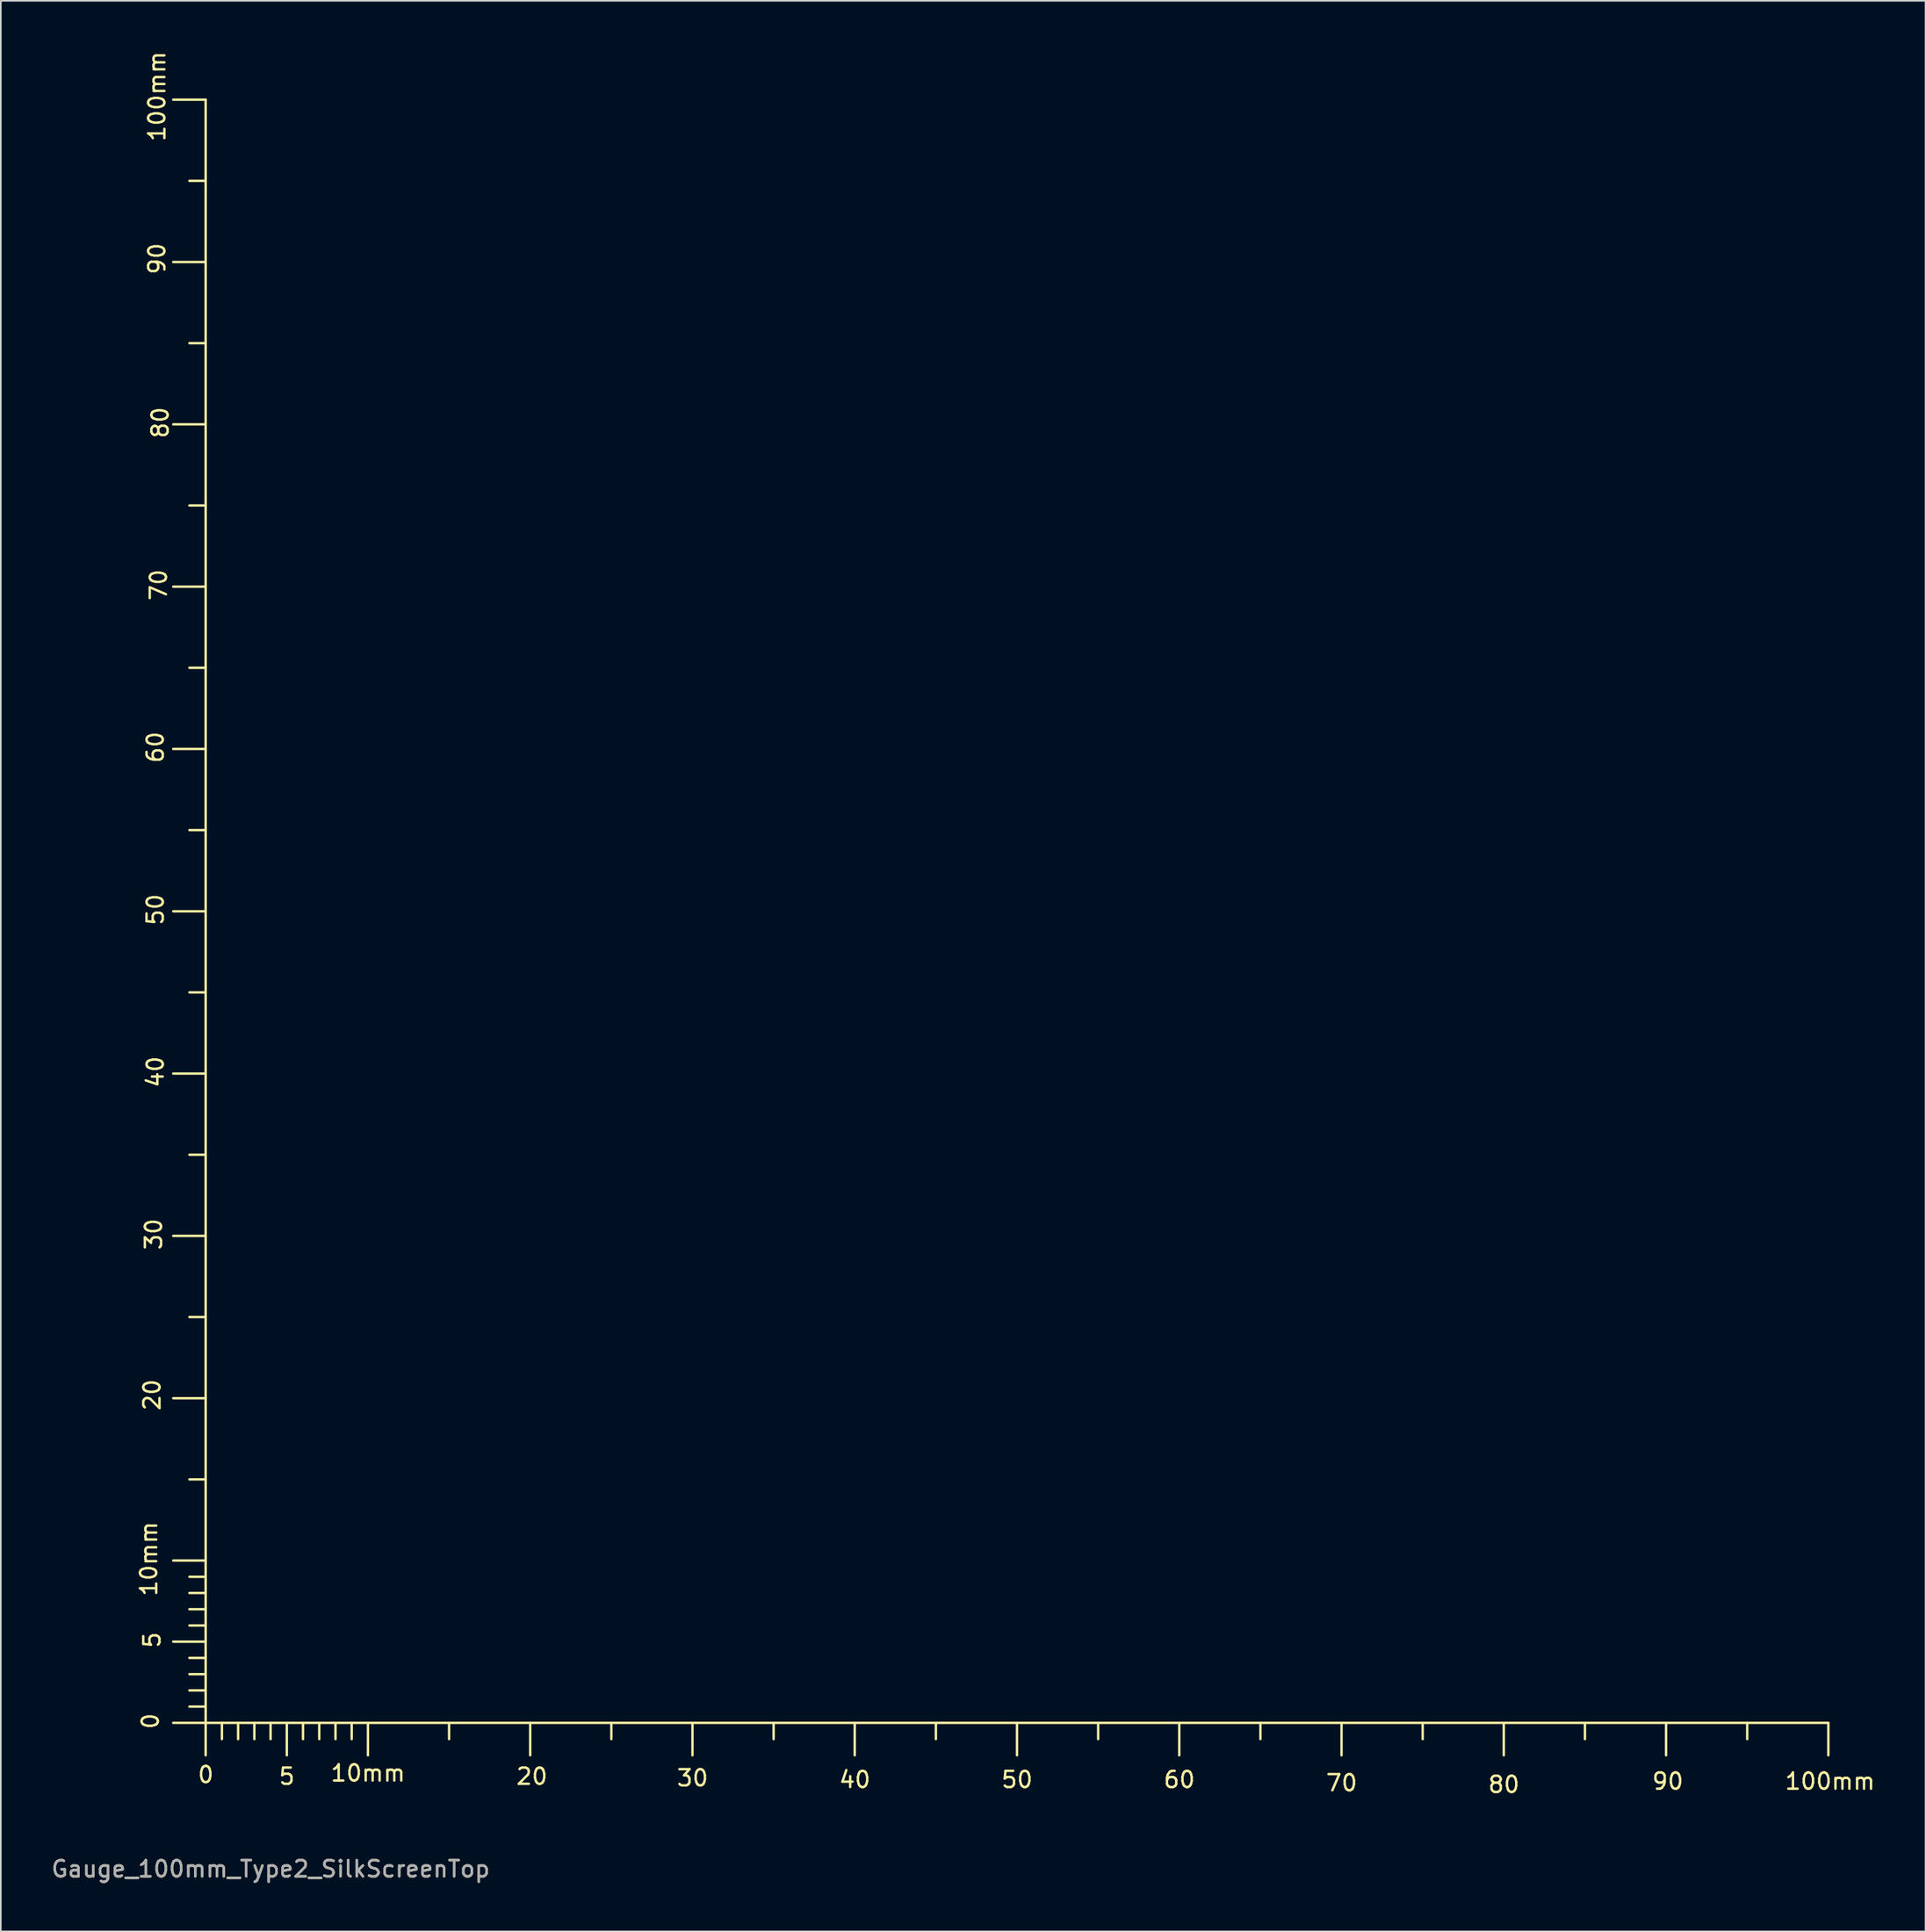
<source format=kicad_pcb>
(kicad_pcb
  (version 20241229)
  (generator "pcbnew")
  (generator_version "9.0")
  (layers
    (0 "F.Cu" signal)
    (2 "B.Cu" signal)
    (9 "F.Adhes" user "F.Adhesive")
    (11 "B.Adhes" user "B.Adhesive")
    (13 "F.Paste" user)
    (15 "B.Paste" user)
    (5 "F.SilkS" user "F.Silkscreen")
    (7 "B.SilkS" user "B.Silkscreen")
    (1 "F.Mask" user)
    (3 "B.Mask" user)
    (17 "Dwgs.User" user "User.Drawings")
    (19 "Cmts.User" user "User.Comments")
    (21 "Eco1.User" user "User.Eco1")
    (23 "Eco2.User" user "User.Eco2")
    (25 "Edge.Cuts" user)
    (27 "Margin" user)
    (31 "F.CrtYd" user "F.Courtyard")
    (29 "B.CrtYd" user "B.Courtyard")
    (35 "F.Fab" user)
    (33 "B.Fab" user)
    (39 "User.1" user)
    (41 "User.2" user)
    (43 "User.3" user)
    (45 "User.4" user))
  (footprint "Gauge_100mm_Type2_SilkScreenTop"
    (layer "F.Cu")
    (at 9.625 103.092)
    (property "Reference" "Gauge_100mm_Type2_SilkScreenTop" (at 4 8.999 0) (layer "F.SilkS") (effects (font (size 1 1) (thickness 0.15))))
    (attr exclude_from_pos_files exclude_from_bom)
    (fp_line (start 0 -100) (end -1.999 -100) (stroke (width 0.15) (type solid)) (layer "F.SilkS"))
    (fp_line (start 0 -95.001) (end -1.001 -95.001) (stroke (width 0.15) (type solid)) (layer "F.SilkS"))
    (fp_line (start 0 -90) (end -1.999 -90) (stroke (width 0.15) (type solid)) (layer "F.SilkS"))
    (fp_line (start 0 -85.001) (end -1.001 -85.001) (stroke (width 0.15) (type solid)) (layer "F.SilkS"))
    (fp_line (start 0 -80) (end -1.999 -80) (stroke (width 0.15) (type solid)) (layer "F.SilkS"))
    (fp_line (start 0 -75.001) (end -1.001 -75.001) (stroke (width 0.15) (type solid)) (layer "F.SilkS"))
    (fp_line (start 0 -70) (end -1.999 -70) (stroke (width 0.15) (type solid)) (layer "F.SilkS"))
    (fp_line (start 0 -65.001) (end -1.001 -65.001) (stroke (width 0.15) (type solid)) (layer "F.SilkS"))
    (fp_line (start 0 -60) (end -1.999 -60) (stroke (width 0.15) (type solid)) (layer "F.SilkS"))
    (fp_line (start 0 -55.001) (end -1.001 -55.001) (stroke (width 0.15) (type solid)) (layer "F.SilkS"))
    (fp_line (start 0 -50) (end -1.999 -50) (stroke (width 0.15) (type solid)) (layer "F.SilkS"))
    (fp_line (start 0 -45.001) (end -1.001 -45.001) (stroke (width 0.15) (type solid)) (layer "F.SilkS"))
    (fp_line (start 0 -40) (end -1.999 -40) (stroke (width 0.15) (type solid)) (layer "F.SilkS"))
    (fp_line (start 0 -35.001) (end -1.001 -35.001) (stroke (width 0.15) (type solid)) (layer "F.SilkS"))
    (fp_line (start 0 -30) (end -1.999 -30) (stroke (width 0.15) (type solid)) (layer "F.SilkS"))
    (fp_line (start 0 -25.001) (end -1.001 -25.001) (stroke (width 0.15) (type solid)) (layer "F.SilkS"))
    (fp_line (start 0 -20) (end -1.999 -20) (stroke (width 0.15) (type solid)) (layer "F.SilkS"))
    (fp_line (start 0 -15.001) (end -1.001 -15.001) (stroke (width 0.15) (type solid)) (layer "F.SilkS"))
    (fp_line (start 0 -10) (end -1.999 -10) (stroke (width 0.15) (type solid)) (layer "F.SilkS"))
    (fp_line (start 0 -8.999) (end -1.001 -8.999) (stroke (width 0.15) (type solid)) (layer "F.SilkS"))
    (fp_line (start 0 -8.001) (end -1.001 -8.001) (stroke (width 0.15) (type solid)) (layer "F.SilkS"))
    (fp_line (start 0 -7) (end -1.001 -7) (stroke (width 0.15) (type solid)) (layer "F.SilkS"))
    (fp_line (start 0 -5.999) (end -1.001 -5.999) (stroke (width 0.15) (type solid)) (layer "F.SilkS"))
    (fp_line (start 0 -5.001) (end -1.999 -5.001) (stroke (width 0.15) (type solid)) (layer "F.SilkS"))
    (fp_line (start 0 -4) (end -1.001 -4) (stroke (width 0.15) (type solid)) (layer "F.SilkS"))
    (fp_line (start 0 -3) (end -1.001 -3) (stroke (width 0.15) (type solid)) (layer "F.SilkS"))
    (fp_line (start 0 -1.999) (end -1.001 -1.999) (stroke (width 0.15) (type solid)) (layer "F.SilkS"))
    (fp_line (start 0 -1.001) (end -1.001 -1.001) (stroke (width 0.15) (type solid)) (layer "F.SilkS"))
    (fp_line (start 0 0) (end -1.999 0) (stroke (width 0.15) (type solid)) (layer "F.SilkS"))
    (fp_line (start 0 0) (end 0 -100) (stroke (width 0.15) (type solid)) (layer "F.SilkS"))
    (fp_line (start 0 0) (end 0 1.999) (stroke (width 0.15) (type solid)) (layer "F.SilkS"))
    (fp_line (start 0 0) (end 10 0) (stroke (width 0.15) (type solid)) (layer "F.SilkS"))
    (fp_line (start 1.001 0) (end 1.001 1.001) (stroke (width 0.15) (type solid)) (layer "F.SilkS"))
    (fp_line (start 1.999 0) (end 1.999 1.001) (stroke (width 0.15) (type solid)) (layer "F.SilkS"))
    (fp_line (start 3 0) (end 3 1.001) (stroke (width 0.15) (type solid)) (layer "F.SilkS"))
    (fp_line (start 4 0) (end 4 1.001) (stroke (width 0.15) (type solid)) (layer "F.SilkS"))
    (fp_line (start 5.001 0) (end 5.001 1.999) (stroke (width 0.15) (type solid)) (layer "F.SilkS"))
    (fp_line (start 5.999 0) (end 5.999 1.001) (stroke (width 0.15) (type solid)) (layer "F.SilkS"))
    (fp_line (start 7 0) (end 7 1.001) (stroke (width 0.15) (type solid)) (layer "F.SilkS"))
    (fp_line (start 8.001 0) (end 8.001 1.001) (stroke (width 0.15) (type solid)) (layer "F.SilkS"))
    (fp_line (start 8.999 0) (end 8.999 1.001) (stroke (width 0.15) (type solid)) (layer "F.SilkS"))
    (fp_line (start 10 0) (end 10 1.999) (stroke (width 0.15) (type solid)) (layer "F.SilkS"))
    (fp_line (start 10 0) (end 100 0) (stroke (width 0.15) (type solid)) (layer "F.SilkS"))
    (fp_line (start 15.001 0) (end 15.001 1.001) (stroke (width 0.15) (type solid)) (layer "F.SilkS"))
    (fp_line (start 20 0) (end 20 1.999) (stroke (width 0.15) (type solid)) (layer "F.SilkS"))
    (fp_line (start 25.001 0) (end 25.001 1.001) (stroke (width 0.15) (type solid)) (layer "F.SilkS"))
    (fp_line (start 30 0) (end 30 1.999) (stroke (width 0.15) (type solid)) (layer "F.SilkS"))
    (fp_line (start 35.001 0) (end 35.001 1.001) (stroke (width 0.15) (type solid)) (layer "F.SilkS"))
    (fp_line (start 40 0) (end 40 1.999) (stroke (width 0.15) (type solid)) (layer "F.SilkS"))
    (fp_line (start 45.001 0) (end 45.001 1.001) (stroke (width 0.15) (type solid)) (layer "F.SilkS"))
    (fp_line (start 50 0) (end 50 1.999) (stroke (width 0.15) (type solid)) (layer "F.SilkS"))
    (fp_line (start 55.001 0) (end 55.001 1.001) (stroke (width 0.15) (type solid)) (layer "F.SilkS"))
    (fp_line (start 60 0) (end 60 1.999) (stroke (width 0.15) (type solid)) (layer "F.SilkS"))
    (fp_line (start 65.001 0) (end 65.001 1.001) (stroke (width 0.15) (type solid)) (layer "F.SilkS"))
    (fp_line (start 70 0) (end 70 1.999) (stroke (width 0.15) (type solid)) (layer "F.SilkS"))
    (fp_line (start 75.001 0) (end 75.001 1.001) (stroke (width 0.15) (type solid)) (layer "F.SilkS"))
    (fp_line (start 80 0) (end 80 1.999) (stroke (width 0.15) (type solid)) (layer "F.SilkS"))
    (fp_line (start 85.001 0) (end 85.001 1.001) (stroke (width 0.15) (type solid)) (layer "F.SilkS"))
    (fp_line (start 90 0) (end 90 1.999) (stroke (width 0.15) (type solid)) (layer "F.SilkS"))
    (fp_line (start 95.001 0) (end 95.001 1.001) (stroke (width 0.15) (type solid)) (layer "F.SilkS"))
    (fp_line (start 100 0) (end 100 1.999) (stroke (width 0.15) (type solid)) (layer "F.SilkS"))
    (fp_text user "70" (at -2.901 -70.104 90) (layer "F.SilkS") (effects (font (size 1 1) (thickness 0.15))))
    (fp_text user "50" (at 50.005 3.5 0) (layer "F.SilkS") (effects (font (size 1 1) (thickness 0.15))))
    (fp_text user "5" (at 5.004 3.299 0) (layer "F.SilkS") (effects (font (size 1 1) (thickness 0.15))))
    (fp_text user "50" (at -3.101 -50.104 90) (layer "F.SilkS") (effects (font (size 1 1) (thickness 0.15))))
    (fp_text user "20" (at -3.302 -20.203 90) (layer "F.SilkS") (effects (font (size 1 1) (thickness 0.15))))
    (fp_text user "60" (at 60.005 3.5 0) (layer "F.SilkS") (effects (font (size 1 1) (thickness 0.15))))
    (fp_text user "10mm" (at -3.503 -10.104 90) (layer "F.SilkS") (effects (font (size 1 1) (thickness 0.15))))
    (fp_text user "40" (at 40.005 3.5 0) (layer "F.SilkS") (effects (font (size 1 1) (thickness 0.15))))
    (fp_text user "80" (at 80.005 3.8 0) (layer "F.SilkS") (effects (font (size 1 1) (thickness 0.15))))
    (fp_text user "5" (at -3.302 -5.103 90) (layer "F.SilkS") (effects (font (size 1 1) (thickness 0.15))))
    (fp_text user "90" (at 90.106 3.602 0) (layer "F.SilkS") (effects (font (size 1 1) (thickness 0.15))))
    (fp_text user "60" (at -3.101 -60.104 90) (layer "F.SilkS") (effects (font (size 1 1) (thickness 0.15))))
    (fp_text user "70" (at 70.005 3.701 0) (layer "F.SilkS") (effects (font (size 1 1) (thickness 0.15))))
    (fp_text user "10mm" (at 10.005 3.099 0) (layer "F.SilkS") (effects (font (size 1 1) (thickness 0.15))))
    (fp_text user "30" (at -3.203 -30.104 90) (layer "F.SilkS") (effects (font (size 1 1) (thickness 0.15))))
    (fp_text user "40" (at -3.101 -40.104 90) (layer "F.SilkS") (effects (font (size 1 1) (thickness 0.15))))
    (fp_text user "80" (at -2.802 -80.104 90) (layer "F.SilkS") (effects (font (size 1 1) (thickness 0.15))))
    (fp_text user "90" (at -3 -90.206 90) (layer "F.SilkS") (effects (font (size 1 1) (thickness 0.15))))
    (fp_text user "0" (at 0.005 3.198 0) (layer "F.SilkS") (effects (font (size 1 1) (thickness 0.15))))
    (fp_text user "30" (at 30.005 3.399 0) (layer "F.SilkS") (effects (font (size 1 1) (thickness 0.15))))
    (fp_text user "0" (at -3.404 -0.104 90) (layer "F.SilkS") (effects (font (size 1 1) (thickness 0.15))))
    (fp_text user "20" (at 20.104 3.299 0) (layer "F.SilkS") (effects (font (size 1 1) (thickness 0.15))))
    (fp_text user "100mm" (at 100.106 3.602 0) (layer "F.SilkS") (effects (font (size 1 1) (thickness 0.15))))
    (fp_text user "100mm" (at -3 -100.206 90) (layer "F.SilkS") (effects (font (size 1 1) (thickness 0.15))))
    (fp_text user "${REFERENCE}" (at 4 8.999 0) (layer "F.Fab") (effects (font (size 1 1) (thickness 0.15)))))
  (gr_rect
    (start -3 -3)
    (end 115.618 115.94)
    (stroke (width 0.1) (type default))
    (fill no)
    (layer "Edge.Cuts")))
</source>
